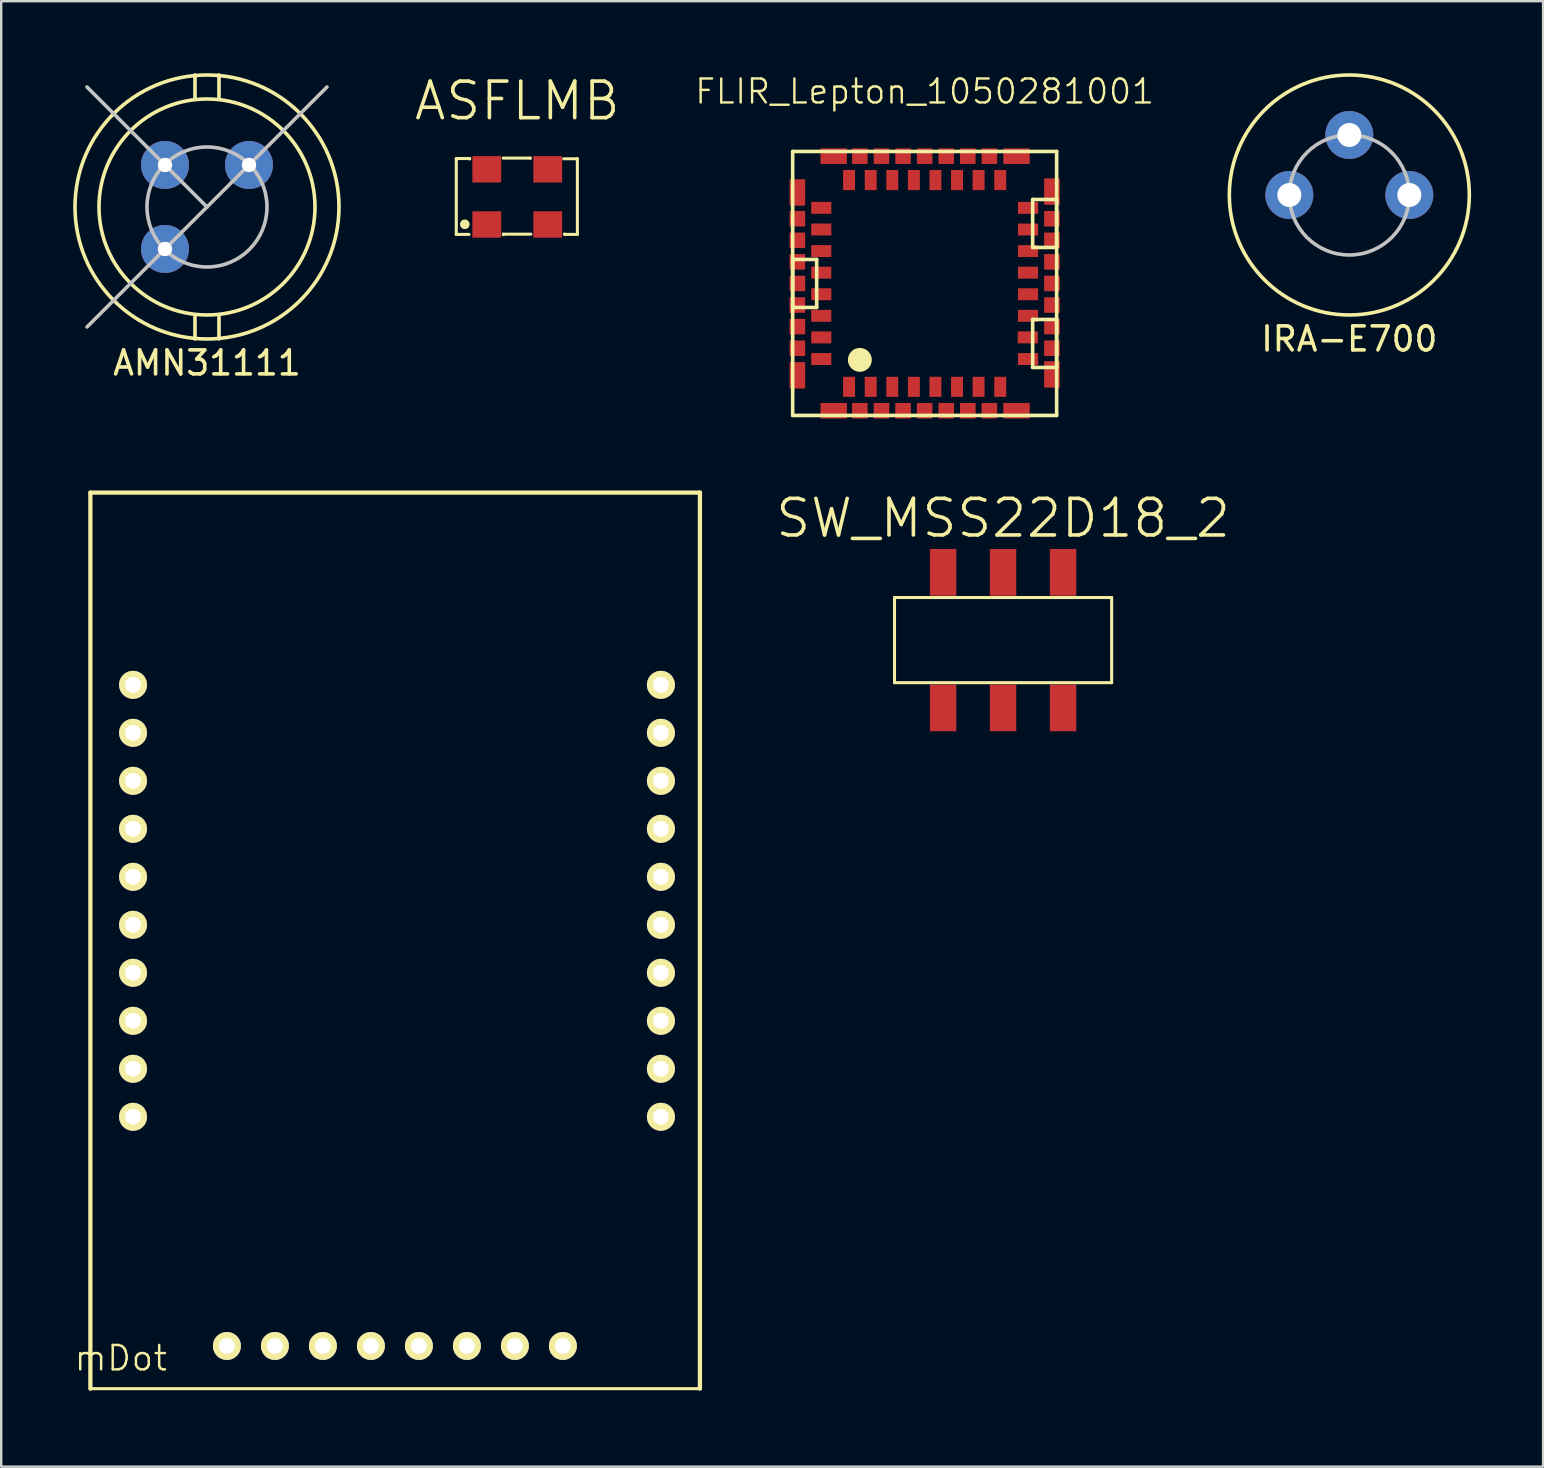
<source format=kicad_pcb>
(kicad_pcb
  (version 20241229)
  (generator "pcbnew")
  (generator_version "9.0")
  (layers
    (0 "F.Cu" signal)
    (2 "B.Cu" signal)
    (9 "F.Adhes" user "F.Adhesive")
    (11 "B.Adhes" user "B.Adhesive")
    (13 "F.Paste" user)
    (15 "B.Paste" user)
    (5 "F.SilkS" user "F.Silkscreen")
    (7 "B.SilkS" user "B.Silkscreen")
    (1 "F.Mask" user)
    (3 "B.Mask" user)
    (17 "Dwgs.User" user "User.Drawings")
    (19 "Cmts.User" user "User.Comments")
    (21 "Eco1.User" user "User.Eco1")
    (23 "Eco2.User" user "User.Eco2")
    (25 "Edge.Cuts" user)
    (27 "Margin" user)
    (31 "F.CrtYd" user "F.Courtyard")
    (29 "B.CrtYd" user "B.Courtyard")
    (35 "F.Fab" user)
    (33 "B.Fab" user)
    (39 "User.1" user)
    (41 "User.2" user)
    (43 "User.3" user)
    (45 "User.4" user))
  (footprint "SW_MSS22D18_2"
    (layer "F.Cu")
    (at 38.748 23.623)
    (property "Reference" "SW_MSS22D18_2" (at 0 -5.08 0) (layer "F.SilkS") (effects (font (size 1.524 1.524) (thickness 0.15))))
    (attr smd)
    (fp_line (start -4.524 -1.773) (end -4.524 1.773) (stroke (width 0.127) (type solid)) (layer "F.SilkS"))
    (fp_line (start -4.524 1.773) (end 4.524 1.773) (stroke (width 0.127) (type solid)) (layer "F.SilkS"))
    (fp_line (start 4.524 -1.773) (end -4.524 -1.773) (stroke (width 0.127) (type solid)) (layer "F.SilkS"))
    (fp_line (start 4.524 1.773) (end 4.524 -1.773) (stroke (width 0.127) (type solid)) (layer "F.SilkS"))
    (pad "1" smd rect (at -2.499 -2.824 90) (size 1.948 1.1) (layers "F.Cu" "F.Mask" "F.Paste"))
    (pad "2" smd rect (at 0 -2.824 90) (size 1.948 1.1) (layers "F.Cu" "F.Mask" "F.Paste"))
    (pad "3" smd rect (at 2.499 -2.824 90) (size 1.948 1.1) (layers "F.Cu" "F.Mask" "F.Paste"))
    (pad "4" smd rect (at -2.499 2.824 90) (size 1.948 1.1) (layers "F.Cu" "F.Mask" "F.Paste"))
    (pad "5" smd rect (at 0 2.824 90) (size 1.948 1.1) (layers "F.Cu" "F.Mask" "F.Paste"))
    (pad "6" smd rect (at 2.499 2.824 90) (size 1.948 1.1) (layers "F.Cu" "F.Mask" "F.Paste")))
  (footprint "ASFLMB"
    (layer "F.Cu")
    (at 18.504 5.155)
    (property "Reference" "ASFLMB" (at 0 -4 0) (layer "F.SilkS") (effects (font (size 1.524 1.524) (thickness 0.15))))
    (attr through_hole)
    (fp_line (start -2.541 -1.599) (end -1.983 -1.599) (stroke (width 0.127) (type solid)) (layer "F.SilkS"))
    (fp_line (start -2.541 1.562) (end -2.541 -1.599) (stroke (width 0.127) (type solid)) (layer "F.SilkS"))
    (fp_line (start -2.01 1.562) (end -2.541 1.562) (stroke (width 0.127) (type solid)) (layer "F.SilkS"))
    (fp_line (start -1.983 -1.599) (end -1.983 -1.58) (stroke (width 0.127) (type solid)) (layer "F.SilkS"))
    (fp_line (start -0.586 -1.617) (end 0.541 -1.617) (stroke (width 0.127) (type solid)) (layer "F.SilkS"))
    (fp_line (start -0.577 1.553) (end -0.577 1.571) (stroke (width 0.127) (type solid)) (layer "F.SilkS"))
    (fp_line (start 0.541 -1.617) (end 0.541 -1.608) (stroke (width 0.127) (type solid)) (layer "F.SilkS"))
    (fp_line (start 0.568 1.553) (end -0.577 1.553) (stroke (width 0.127) (type solid)) (layer "F.SilkS"))
    (fp_line (start 1.938 -1.589) (end 2.505 -1.589) (stroke (width 0.127) (type solid)) (layer "F.SilkS"))
    (fp_line (start 1.974 1.562) (end 1.974 1.544) (stroke (width 0.127) (type solid)) (layer "F.SilkS"))
    (fp_line (start 2.505 -1.589) (end 2.505 1.562) (stroke (width 0.127) (type solid)) (layer "F.SilkS"))
    (fp_line (start 2.505 1.562) (end 1.974 1.562) (stroke (width 0.127) (type solid)) (layer "F.SilkS"))
    (fp_circle (center -2.185 1.141) (end -1.985 1.141) (stroke (width 0) (type solid)) (fill yes) (layer "F.SilkS"))
    (pad "1" smd rect (at -1.27 1.15) (size 1.2 1.1) (layers "F.Cu" "F.Mask" "F.Paste"))
    (pad "2" smd rect (at 1.27 1.15) (size 1.2 1.1) (layers "F.Cu" "F.Mask" "F.Paste"))
    (pad "3" smd rect (at 1.27 -1.15) (size 1.2 1.1) (layers "F.Cu" "F.Mask" "F.Paste"))
    (pad "4" smd rect (at -1.27 -1.15) (size 1.2 1.1) (layers "F.Cu" "F.Mask" "F.Paste")))
  (footprint "AMN31111"
    (layer "F.Cu")
    (at 5.575 5.575)
    (property "Reference" "AMN31111" (at 0 6.5 0) (layer "F.SilkS") (effects (font (size 1 1) (thickness 0.15))))
    (attr through_hole)
    (fp_line (start -0.5 -5.5) (end -0.5 -4.5) (stroke (width 0.15) (type solid)) (layer "F.SilkS"))
    (fp_line (start -0.5 4.5) (end -0.5 5.5) (stroke (width 0.15) (type solid)) (layer "F.SilkS"))
    (fp_line (start 0.5 -5.5) (end 0.5 -4.5) (stroke (width 0.15) (type solid)) (layer "F.SilkS"))
    (fp_line (start 0.5 4.5) (end 0.5 5.5) (stroke (width 0.15) (type solid)) (layer "F.SilkS"))
    (fp_circle (center 0 0) (end -5.5 0) (stroke (width 0.15) (type solid)) (fill no) (layer "F.SilkS"))
    (fp_circle (center 0 0) (end -4.5 0) (stroke (width 0.15) (type solid)) (fill no) (layer "F.SilkS"))
    (fp_line (start 0 0) (end -5 -5) (stroke (width 0.15) (type solid)) (layer "Dwgs.User"))
    (fp_line (start 0 0) (end -5 5) (stroke (width 0.15) (type solid)) (layer "Dwgs.User"))
    (fp_line (start 0 0) (end 5 -5) (stroke (width 0.15) (type solid)) (layer "Dwgs.User"))
    (fp_circle (center 0 0) (end -2.5 0) (stroke (width 0.15) (type solid)) (fill no) (layer "Dwgs.User"))
    (pad "1" thru_hole circle (at 1.75 -1.75) (size 2 2) (drill 0.6) (layers "*.Cu" "*.Mask"))
    (pad "2" thru_hole circle (at -1.75 -1.75) (size 2 2) (drill 0.6) (layers "*.Cu" "*.Mask"))
    (pad "3" thru_hole circle (at -1.75 1.75) (size 2 2) (drill 0.6) (layers "*.Cu" "*.Mask")))
  (footprint "mDot"
    (layer "F.Cu")
    (at 0.716 54.815)
    (property "Reference" "mDot" (at 1.27 -1.27 0) (layer "F.SilkS") (effects (font (size 1.016 1.016) (thickness 0.102))))
    (attr exclude_from_pos_files exclude_from_bom)
    (fp_line (start 0 -37.338) (end 25.4 -37.338) (stroke (width 0.178) (type solid)) (layer "F.SilkS"))
    (fp_line (start 0 0) (end 0 -37.338) (stroke (width 0.178) (type solid)) (layer "F.SilkS"))
    (fp_line (start 0 0) (end 25.4 0) (stroke (width 0.127) (type solid)) (layer "F.SilkS"))
    (fp_line (start 25.4 0) (end 25.4 -37.338) (stroke (width 0.178) (type solid)) (layer "F.SilkS"))
    (pad "1" thru_hole circle (at 1.778 -29.328) (size 1.168 1.168) (drill 0.66) (layers "*.Cu" "*.Mask" "F.SilkS" "F.Paste"))
    (pad "2" thru_hole circle (at 1.778 -27.328) (size 1.168 1.168) (drill 0.66) (layers "*.Cu" "*.Mask" "F.SilkS" "F.Paste"))
    (pad "3" thru_hole circle (at 1.778 -25.328) (size 1.168 1.168) (drill 0.66) (layers "*.Cu" "*.Mask" "F.SilkS" "F.Paste"))
    (pad "4" thru_hole circle (at 1.778 -23.328) (size 1.168 1.168) (drill 0.66) (layers "*.Cu" "*.Mask" "F.SilkS" "F.Paste"))
    (pad "5" thru_hole circle (at 1.778 -21.328) (size 1.168 1.168) (drill 0.66) (layers "*.Cu" "*.Mask" "F.SilkS" "F.Paste"))
    (pad "6" thru_hole circle (at 1.778 -19.328) (size 1.168 1.168) (drill 0.66) (layers "*.Cu" "*.Mask" "F.SilkS" "F.Paste"))
    (pad "7" thru_hole circle (at 1.778 -17.328) (size 1.168 1.168) (drill 0.66) (layers "*.Cu" "*.Mask" "F.SilkS" "F.Paste"))
    (pad "8" thru_hole circle (at 1.778 -15.328) (size 1.168 1.168) (drill 0.66) (layers "*.Cu" "*.Mask" "F.SilkS" "F.Paste"))
    (pad "9" thru_hole circle (at 1.778 -13.328) (size 1.168 1.168) (drill 0.66) (layers "*.Cu" "*.Mask" "F.SilkS" "F.Paste"))
    (pad "10" thru_hole circle (at 1.778 -11.328) (size 1.168 1.168) (drill 0.66) (layers "*.Cu" "*.Mask" "F.SilkS" "F.Paste"))
    (pad "11" thru_hole circle (at 23.774 -11.328) (size 1.168 1.168) (drill 0.66) (layers "*.Cu" "*.Mask" "F.SilkS" "F.Paste"))
    (pad "12" thru_hole circle (at 23.774 -13.328) (size 1.168 1.168) (drill 0.66) (layers "*.Cu" "*.Mask" "F.SilkS" "F.Paste"))
    (pad "13" thru_hole circle (at 23.774 -15.328) (size 1.168 1.168) (drill 0.66) (layers "*.Cu" "*.Mask" "F.SilkS" "F.Paste"))
    (pad "14" thru_hole circle (at 23.774 -17.328) (size 1.168 1.168) (drill 0.66) (layers "*.Cu" "*.Mask" "F.SilkS" "F.Paste"))
    (pad "15" thru_hole circle (at 23.774 -19.328) (size 1.168 1.168) (drill 0.66) (layers "*.Cu" "*.Mask" "F.SilkS" "F.Paste"))
    (pad "16" thru_hole circle (at 23.774 -21.328) (size 1.168 1.168) (drill 0.66) (layers "*.Cu" "*.Mask" "F.SilkS" "F.Paste"))
    (pad "17" thru_hole circle (at 23.774 -23.328) (size 1.168 1.168) (drill 0.66) (layers "*.Cu" "*.Mask" "F.SilkS" "F.Paste"))
    (pad "18" thru_hole circle (at 23.774 -25.328) (size 1.168 1.168) (drill 0.66) (layers "*.Cu" "*.Mask" "F.SilkS" "F.Paste"))
    (pad "19" thru_hole circle (at 23.774 -27.328) (size 1.168 1.168) (drill 0.66) (layers "*.Cu" "*.Mask" "F.SilkS" "F.Paste"))
    (pad "20" thru_hole circle (at 23.774 -29.328) (size 1.168 1.168) (drill 0.66) (layers "*.Cu" "*.Mask" "F.SilkS" "F.Paste"))
    (pad "24" thru_hole circle (at 5.69 -1.778) (size 1.168 1.168) (drill 0.66) (layers "*.Cu" "*.Mask" "F.SilkS" "F.Paste"))
    (pad "25" thru_hole circle (at 7.69 -1.778) (size 1.168 1.168) (drill 0.66) (layers "*.Cu" "*.Mask" "F.SilkS" "F.Paste"))
    (pad "26" thru_hole circle (at 9.69 -1.778) (size 1.168 1.168) (drill 0.66) (layers "*.Cu" "*.Mask" "F.SilkS" "F.Paste"))
    (pad "27" thru_hole circle (at 11.69 -1.778) (size 1.168 1.168) (drill 0.66) (layers "*.Cu" "*.Mask" "F.SilkS" "F.Paste"))
    (pad "28" thru_hole circle (at 13.69 -1.778) (size 1.168 1.168) (drill 0.66) (layers "*.Cu" "*.Mask" "F.SilkS" "F.Paste"))
    (pad "29" thru_hole circle (at 15.69 -1.778) (size 1.168 1.168) (drill 0.66) (layers "*.Cu" "*.Mask" "F.SilkS" "F.Paste"))
    (pad "30" thru_hole circle (at 17.69 -1.778) (size 1.168 1.168) (drill 0.66) (layers "*.Cu" "*.Mask" "F.SilkS" "F.Paste"))
    (pad "31" thru_hole circle (at 19.69 -1.778) (size 1.168 1.168) (drill 0.66) (layers "*.Cu" "*.Mask" "F.SilkS" "F.Paste")))
  (footprint "FLIR_Lepton_1050281001"
    (layer "F.Cu")
    (at 35.48 8.761)
    (property "Reference" "FLIR_Lepton_1050281001" (at 0 -8 0) (layer "F.SilkS") (effects (font (size 1 1) (thickness 0.1))))
    (attr smd)
    (fp_line (start -5.5 -5.5) (end 5.5 -5.5) (stroke (width 0.15) (type solid)) (layer "F.SilkS"))
    (fp_line (start -5.5 -1) (end -5.5 1) (stroke (width 0.15) (type solid)) (layer "F.SilkS"))
    (fp_line (start -5.5 1) (end -4.5 1) (stroke (width 0.15) (type solid)) (layer "F.SilkS"))
    (fp_line (start -5.5 5.5) (end -5.5 -5.5) (stroke (width 0.15) (type solid)) (layer "F.SilkS"))
    (fp_line (start -4.5 -1) (end -5.5 -1) (stroke (width 0.15) (type solid)) (layer "F.SilkS"))
    (fp_line (start -4.5 1) (end -4.5 -1) (stroke (width 0.15) (type solid)) (layer "F.SilkS"))
    (fp_line (start 4.5 -3.5) (end 5.5 -3.5) (stroke (width 0.15) (type solid)) (layer "F.SilkS"))
    (fp_line (start 4.5 -1.5) (end 4.5 -3.5) (stroke (width 0.15) (type solid)) (layer "F.SilkS"))
    (fp_line (start 4.5 1.5) (end 4.5 3.5) (stroke (width 0.15) (type solid)) (layer "F.SilkS"))
    (fp_line (start 4.5 3.5) (end 5.5 3.5) (stroke (width 0.15) (type solid)) (layer "F.SilkS"))
    (fp_line (start 5.5 -5.5) (end 5.5 5.5) (stroke (width 0.15) (type solid)) (layer "F.SilkS"))
    (fp_line (start 5.5 -3.5) (end 5.5 -1.5) (stroke (width 0.15) (type solid)) (layer "F.SilkS"))
    (fp_line (start 5.5 -1.5) (end 4.5 -1.5) (stroke (width 0.15) (type solid)) (layer "F.SilkS"))
    (fp_line (start 5.5 1.5) (end 4.5 1.5) (stroke (width 0.15) (type solid)) (layer "F.SilkS"))
    (fp_line (start 5.5 3.5) (end 5.5 1.5) (stroke (width 0.15) (type solid)) (layer "F.SilkS"))
    (fp_line (start 5.5 5.5) (end -5.5 5.5) (stroke (width 0.15) (type solid)) (layer "F.SilkS"))
    (fp_circle (center -2.7 3.185) (end -2.7 2.687) (stroke (width 0) (type solid)) (fill yes) (layer "F.SilkS"))
    (pad "1" smd rect (at -3.15 4.308) (size 0.498 0.838) (layers "F.Cu" "F.Mask" "F.Paste"))
    (pad "2" smd rect (at -2.248 4.308) (size 0.498 0.838) (layers "F.Cu" "F.Mask" "F.Paste"))
    (pad "3" smd rect (at -1.349 4.308) (size 0.498 0.838) (layers "F.Cu" "F.Mask" "F.Paste"))
    (pad "4" smd rect (at -0.45 4.308) (size 0.498 0.838) (layers "F.Cu" "F.Mask" "F.Paste"))
    (pad "5" smd rect (at 0.45 4.308) (size 0.498 0.838) (layers "F.Cu" "F.Mask" "F.Paste"))
    (pad "6" smd rect (at 1.349 4.308) (size 0.498 0.838) (layers "F.Cu" "F.Mask" "F.Paste"))
    (pad "7" smd rect (at 2.248 4.308) (size 0.498 0.838) (layers "F.Cu" "F.Mask" "F.Paste"))
    (pad "8" smd rect (at 3.15 4.308) (size 0.498 0.838) (layers "F.Cu" "F.Mask" "F.Paste"))
    (pad "9" smd rect (at 4.308 3.15 90) (size 0.498 0.838) (layers "F.Cu" "F.Mask" "F.Paste"))
    (pad "10" smd rect (at 4.298 2.248 90) (size 0.498 0.838) (layers "F.Cu" "F.Mask" "F.Paste"))
    (pad "11" smd rect (at 4.308 1.349 90) (size 0.498 0.838) (layers "F.Cu" "F.Mask" "F.Paste"))
    (pad "12" smd rect (at 4.308 0.45 90) (size 0.498 0.838) (layers "F.Cu" "F.Mask" "F.Paste"))
    (pad "13" smd rect (at 4.308 -0.45 90) (size 0.498 0.838) (layers "F.Cu" "F.Mask" "F.Paste"))
    (pad "14" smd rect (at 4.308 -1.349 90) (size 0.498 0.838) (layers "F.Cu" "F.Mask" "F.Paste"))
    (pad "15" smd rect (at 4.308 -2.248 90) (size 0.498 0.838) (layers "F.Cu" "F.Mask" "F.Paste"))
    (pad "16" smd rect (at 4.308 -3.15 90) (size 0.498 0.838) (layers "F.Cu" "F.Mask" "F.Paste"))
    (pad "17" smd rect (at 3.15 -4.308) (size 0.498 0.838) (layers "F.Cu" "F.Mask" "F.Paste"))
    (pad "18" smd rect (at 2.248 -4.308) (size 0.498 0.838) (layers "F.Cu" "F.Mask" "F.Paste"))
    (pad "19" smd rect (at 1.349 -4.308) (size 0.498 0.838) (layers "F.Cu" "F.Mask" "F.Paste"))
    (pad "20" smd rect (at 0.45 -4.308) (size 0.498 0.838) (layers "F.Cu" "F.Mask" "F.Paste"))
    (pad "21" smd rect (at -0.45 -4.308) (size 0.498 0.838) (layers "F.Cu" "F.Mask" "F.Paste"))
    (pad "22" smd rect (at -1.349 -4.308) (size 0.498 0.838) (layers "F.Cu" "F.Mask" "F.Paste"))
    (pad "23" smd rect (at -2.248 -4.308) (size 0.498 0.838) (layers "F.Cu" "F.Mask" "F.Paste"))
    (pad "24" smd rect (at -3.15 -4.308) (size 0.498 0.838) (layers "F.Cu" "F.Mask" "F.Paste"))
    (pad "25" smd rect (at -4.308 -3.15 90) (size 0.498 0.838) (layers "F.Cu" "F.Mask" "F.Paste"))
    (pad "26" smd rect (at -4.308 -2.248 90) (size 0.498 0.838) (layers "F.Cu" "F.Mask" "F.Paste"))
    (pad "27" smd rect (at -4.308 -1.349 90) (size 0.498 0.838) (layers "F.Cu" "F.Mask" "F.Paste"))
    (pad "28" smd rect (at -4.308 -0.45 90) (size 0.498 0.838) (layers "F.Cu" "F.Mask" "F.Paste"))
    (pad "29" smd rect (at -4.308 0.45 90) (size 0.498 0.838) (layers "F.Cu" "F.Mask" "F.Paste"))
    (pad "30" smd rect (at -4.308 1.349 90) (size 0.498 0.838) (layers "F.Cu" "F.Mask" "F.Paste"))
    (pad "31" smd rect (at -4.308 2.248 90) (size 0.498 0.838) (layers "F.Cu" "F.Mask" "F.Paste"))
    (pad "32" smd rect (at -4.308 3.15 90) (size 0.498 0.838) (layers "F.Cu" "F.Mask" "F.Paste"))
    (pad "P$1" smd rect (at -5.304 -2.697) (size 0.648 0.648) (layers "F.Cu" "F.Mask" "F.Paste"))
    (pad "P$2" smd rect (at -5.304 3.828 90) (size 1.1 0.648) (layers "F.Cu" "F.Mask" "F.Paste"))
    (pad "P$3" smd rect (at -5.304 -1.798) (size 0.648 0.648) (layers "F.Cu" "F.Mask" "F.Paste"))
    (pad "P$4" smd rect (at -5.304 -0.899) (size 0.648 0.648) (layers "F.Cu" "F.Mask" "F.Paste"))
    (pad "P$5" smd rect (at -5.304 0) (size 0.648 0.648) (layers "F.Cu" "F.Mask" "F.Paste"))
    (pad "P$6" smd rect (at -5.304 0.899) (size 0.648 0.648) (layers "F.Cu" "F.Mask" "F.Paste"))
    (pad "P$7" smd rect (at -5.304 1.798) (size 0.648 0.648) (layers "F.Cu" "F.Mask" "F.Paste"))
    (pad "P$8" smd rect (at -5.304 2.7) (size 0.648 0.648) (layers "F.Cu" "F.Mask" "F.Paste"))
    (pad "P$9" smd rect (at -5.304 -3.79 90) (size 1.1 0.648) (layers "F.Cu" "F.Mask" "F.Paste"))
    (pad "P$10" smd rect (at 3.828 -5.304 180) (size 1.1 0.648) (layers "F.Cu" "F.Mask" "F.Paste"))
    (pad "P$11" smd rect (at -2.7 -5.304 90) (size 0.648 0.648) (layers "F.Cu" "F.Mask" "F.Paste"))
    (pad "P$12" smd rect (at -1.798 -5.304 90) (size 0.648 0.648) (layers "F.Cu" "F.Mask" "F.Paste"))
    (pad "P$13" smd rect (at -0.899 -5.304 90) (size 0.648 0.648) (layers "F.Cu" "F.Mask" "F.Paste"))
    (pad "P$14" smd rect (at 0 -5.304 90) (size 0.648 0.648) (layers "F.Cu" "F.Mask" "F.Paste"))
    (pad "P$15" smd rect (at 0.899 -5.304 90) (size 0.648 0.648) (layers "F.Cu" "F.Mask" "F.Paste"))
    (pad "P$16" smd rect (at 1.798 -5.304 90) (size 0.648 0.648) (layers "F.Cu" "F.Mask" "F.Paste"))
    (pad "P$17" smd rect (at 2.697 -5.304 90) (size 0.648 0.648) (layers "F.Cu" "F.Mask" "F.Paste"))
    (pad "P$18" smd rect (at -3.79 -5.304 180) (size 1.1 0.648) (layers "F.Cu" "F.Mask" "F.Paste"))
    (pad "P$19" smd rect (at 5.304 -3.828 270) (size 1.1 0.648) (layers "F.Cu" "F.Mask" "F.Paste"))
    (pad "P$20" smd rect (at 5.304 2.7 180) (size 0.648 0.648) (layers "F.Cu" "F.Mask" "F.Paste"))
    (pad "P$21" smd rect (at 5.304 1.798 180) (size 0.648 0.648) (layers "F.Cu" "F.Mask" "F.Paste"))
    (pad "P$22" smd rect (at 5.304 0.899 180) (size 0.648 0.648) (layers "F.Cu" "F.Mask" "F.Paste"))
    (pad "P$23" smd rect (at 5.304 0 180) (size 0.648 0.648) (layers "F.Cu" "F.Mask" "F.Paste"))
    (pad "P$24" smd rect (at 5.304 -0.899 180) (size 0.648 0.648) (layers "F.Cu" "F.Mask" "F.Paste"))
    (pad "P$25" smd rect (at 5.304 -1.798 180) (size 0.648 0.648) (layers "F.Cu" "F.Mask" "F.Paste"))
    (pad "P$26" smd rect (at 5.304 -2.697 180) (size 0.648 0.648) (layers "F.Cu" "F.Mask" "F.Paste"))
    (pad "P$27" smd rect (at 5.304 3.79 270) (size 1.1 0.648) (layers "F.Cu" "F.Mask" "F.Paste"))
    (pad "P$28" smd rect (at 3.828 5.304 180) (size 1.1 0.648) (layers "F.Cu" "F.Mask" "F.Paste"))
    (pad "P$29" smd rect (at -2.7 5.304 90) (size 0.648 0.648) (layers "F.Cu" "F.Mask" "F.Paste"))
    (pad "P$30" smd rect (at -1.798 5.304 90) (size 0.648 0.648) (layers "F.Cu" "F.Mask" "F.Paste"))
    (pad "P$31" smd rect (at -0.899 5.304 90) (size 0.648 0.648) (layers "F.Cu" "F.Mask" "F.Paste"))
    (pad "P$32" smd rect (at 0 5.304 90) (size 0.648 0.648) (layers "F.Cu" "F.Mask" "F.Paste"))
    (pad "P$33" smd rect (at 0.899 5.304 90) (size 0.648 0.648) (layers "F.Cu" "F.Mask" "F.Paste"))
    (pad "P$34" smd rect (at 1.798 5.304 90) (size 0.648 0.648) (layers "F.Cu" "F.Mask" "F.Paste"))
    (pad "P$35" smd rect (at 2.697 5.304 90) (size 0.648 0.648) (layers "F.Cu" "F.Mask" "F.Paste"))
    (pad "P$36" smd rect (at -3.79 5.304 180) (size 1.1 0.648) (layers "F.Cu" "F.Mask" "F.Paste")))
  (footprint "IRA-E700"
    (layer "F.Cu")
    (at 53.176 5.075)
    (property "Reference" "IRA-E700" (at 0 6 0) (layer "F.SilkS") (effects (font (size 1 1) (thickness 0.15))))
    (attr through_hole)
    (fp_circle (center 0 0) (end -5 0) (stroke (width 0.15) (type solid)) (fill no) (layer "F.SilkS"))
    (fp_circle (center 0 0) (end -2.5 0) (stroke (width 0.15) (type solid)) (fill no) (layer "Dwgs.User"))
    (pad "D" thru_hole circle (at -2.5 0) (size 2 2) (drill 1) (layers "*.Cu" "*.Mask"))
    (pad "G" thru_hole circle (at 2.5 0) (size 2 2) (drill 1) (layers "*.Cu" "*.Mask"))
    (pad "S" thru_hole circle (at 0 -2.5) (size 2 2) (drill 1) (layers "*.Cu" "*.Mask")))
  (gr_rect
    (start -3 -3)
    (end 61.251 58.065)
    (stroke (width 0.1) (type default))
    (fill no)
    (layer "Edge.Cuts")))
</source>
